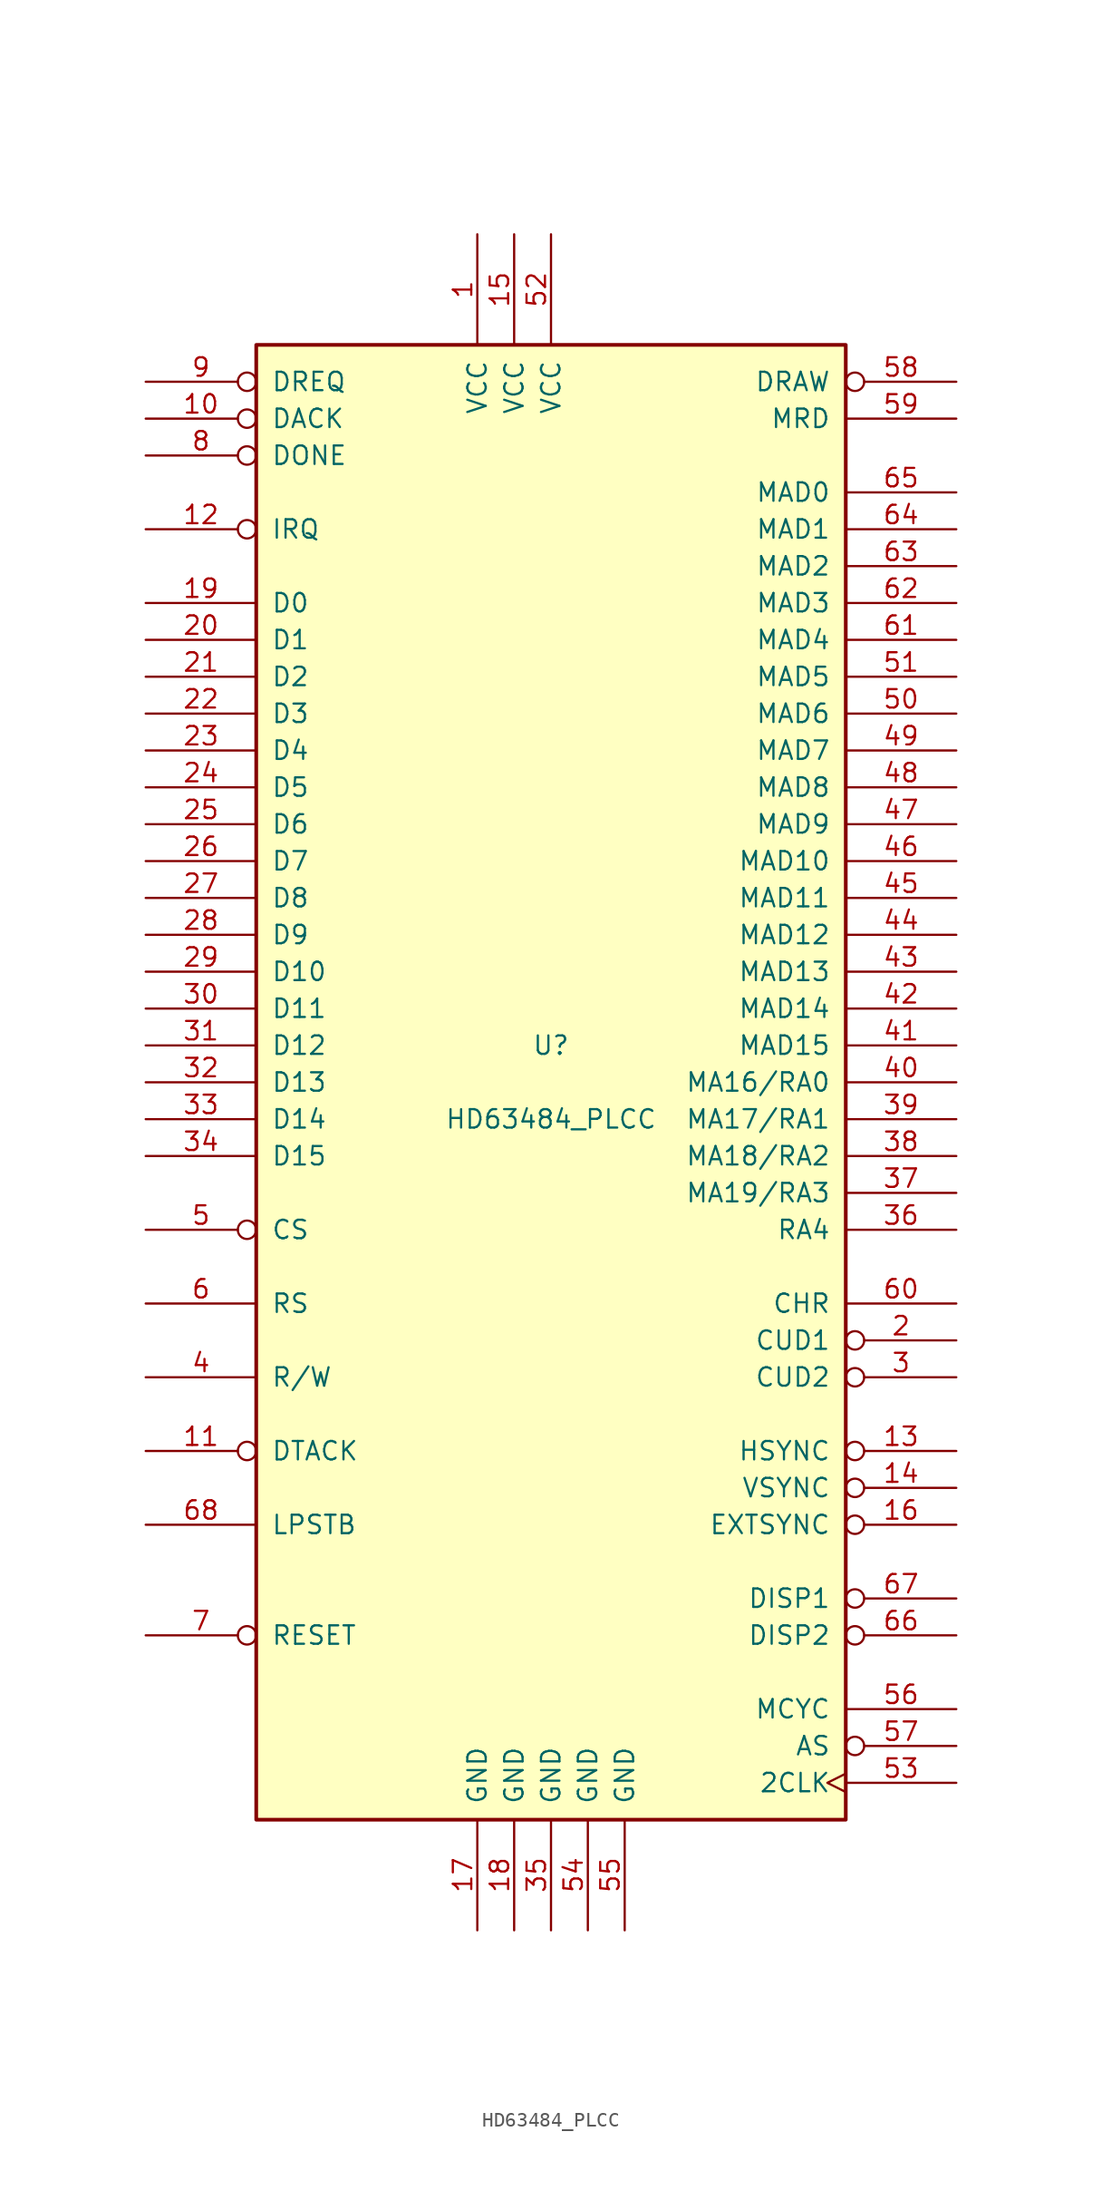
<source format=kicad_sym>
(kicad_symbol_lib
  (version 20201005)
  (generator kicad_symbol_editor)
  (symbol "HD63484_PLCC"
    (pin_names
      (offset 1.016))
    (property "Reference" "U"
      (at 0 2.54 0)
      (effects (font (size 1.27 1.27))))
    (property "Value" "HD63484_PLCC"
      (at 0 -2.54 0)
      (effects (font (size 1.27 1.27))))
    (symbol "HD63484_PLCC_0_1"
      (rectangle (start -20.32 -50.8) (end 20.32 50.8) (stroke (width 0.254)) (fill (type background))))
    (symbol "HD63484_PLCC_1_1"
      (pin input line (at -5.08 58.42 270) (length 7.62) (name "VCC" (effects (font (size 1.27 1.27)))) (number "1" (effects (font (size 1.27 1.27)))))
      (pin input inverted (at -27.94 45.72 0) (length 7.62) (name "DACK" (effects (font (size 1.27 1.27)))) (number "10" (effects (font (size 1.27 1.27)))))
      (pin output inverted (at -27.94 -25.4 0) (length 7.62) (name "DTACK" (effects (font (size 1.27 1.27)))) (number "11" (effects (font (size 1.27 1.27)))))
      (pin output inverted (at -27.94 38.1 0) (length 7.62) (name "IRQ" (effects (font (size 1.27 1.27)))) (number "12" (effects (font (size 1.27 1.27)))))
      (pin output inverted (at 27.94 -25.4 180) (length 7.62) (name "HSYNC" (effects (font (size 1.27 1.27)))) (number "13" (effects (font (size 1.27 1.27)))))
      (pin output inverted (at 27.94 -27.94 180) (length 7.62) (name "VSYNC" (effects (font (size 1.27 1.27)))) (number "14" (effects (font (size 1.27 1.27)))))
      (pin input line (at -2.54 58.42 270) (length 7.62) (name "VCC" (effects (font (size 1.27 1.27)))) (number "15" (effects (font (size 1.27 1.27)))))
      (pin input inverted (at 27.94 -30.48 180) (length 7.62) (name "EXTSYNC" (effects (font (size 1.27 1.27)))) (number "16" (effects (font (size 1.27 1.27)))))
      (pin input line (at -5.08 -58.42 90) (length 7.62) (name "GND" (effects (font (size 1.27 1.27)))) (number "17" (effects (font (size 1.27 1.27)))))
      (pin input line (at -2.54 -58.42 90) (length 7.62) (name "GND" (effects (font (size 1.27 1.27)))) (number "18" (effects (font (size 1.27 1.27)))))
      (pin tri_state line (at -27.94 33.02 0) (length 7.62) (name "D0" (effects (font (size 1.27 1.27)))) (number "19" (effects (font (size 1.27 1.27)))))
      (pin output inverted (at 27.94 -17.78 180) (length 7.62) (name "CUD1" (effects (font (size 1.27 1.27)))) (number "2" (effects (font (size 1.27 1.27)))))
      (pin tri_state line (at -27.94 30.48 0) (length 7.62) (name "D1" (effects (font (size 1.27 1.27)))) (number "20" (effects (font (size 1.27 1.27)))))
      (pin tri_state line (at -27.94 27.94 0) (length 7.62) (name "D2" (effects (font (size 1.27 1.27)))) (number "21" (effects (font (size 1.27 1.27)))))
      (pin tri_state line (at -27.94 25.4 0) (length 7.62) (name "D3" (effects (font (size 1.27 1.27)))) (number "22" (effects (font (size 1.27 1.27)))))
      (pin tri_state line (at -27.94 22.86 0) (length 7.62) (name "D4" (effects (font (size 1.27 1.27)))) (number "23" (effects (font (size 1.27 1.27)))))
      (pin tri_state line (at -27.94 20.32 0) (length 7.62) (name "D5" (effects (font (size 1.27 1.27)))) (number "24" (effects (font (size 1.27 1.27)))))
      (pin tri_state line (at -27.94 17.78 0) (length 7.62) (name "D6" (effects (font (size 1.27 1.27)))) (number "25" (effects (font (size 1.27 1.27)))))
      (pin tri_state line (at -27.94 15.24 0) (length 7.62) (name "D7" (effects (font (size 1.27 1.27)))) (number "26" (effects (font (size 1.27 1.27)))))
      (pin tri_state line (at -27.94 12.7 0) (length 7.62) (name "D8" (effects (font (size 1.27 1.27)))) (number "27" (effects (font (size 1.27 1.27)))))
      (pin tri_state line (at -27.94 10.16 0) (length 7.62) (name "D9" (effects (font (size 1.27 1.27)))) (number "28" (effects (font (size 1.27 1.27)))))
      (pin tri_state line (at -27.94 7.62 0) (length 7.62) (name "D10" (effects (font (size 1.27 1.27)))) (number "29" (effects (font (size 1.27 1.27)))))
      (pin output inverted (at 27.94 -20.32 180) (length 7.62) (name "CUD2" (effects (font (size 1.27 1.27)))) (number "3" (effects (font (size 1.27 1.27)))))
      (pin tri_state line (at -27.94 5.08 0) (length 7.62) (name "D11" (effects (font (size 1.27 1.27)))) (number "30" (effects (font (size 1.27 1.27)))))
      (pin tri_state line (at -27.94 2.54 0) (length 7.62) (name "D12" (effects (font (size 1.27 1.27)))) (number "31" (effects (font (size 1.27 1.27)))))
      (pin tri_state line (at -27.94 0 0) (length 7.62) (name "D13" (effects (font (size 1.27 1.27)))) (number "32" (effects (font (size 1.27 1.27)))))
      (pin tri_state line (at -27.94 -2.54 0) (length 7.62) (name "D14" (effects (font (size 1.27 1.27)))) (number "33" (effects (font (size 1.27 1.27)))))
      (pin tri_state line (at -27.94 -5.08 0) (length 7.62) (name "D15" (effects (font (size 1.27 1.27)))) (number "34" (effects (font (size 1.27 1.27)))))
      (pin input line (at 0 -58.42 90) (length 7.62) (name "GND" (effects (font (size 1.27 1.27)))) (number "35" (effects (font (size 1.27 1.27)))))
      (pin output line (at 27.94 -10.16 180) (length 7.62) (name "RA4" (effects (font (size 1.27 1.27)))) (number "36" (effects (font (size 1.27 1.27)))))
      (pin output line (at 27.94 -7.62 180) (length 7.62) (name "MA19/RA3" (effects (font (size 1.27 1.27)))) (number "37" (effects (font (size 1.27 1.27)))))
      (pin output line (at 27.94 -5.08 180) (length 7.62) (name "MA18/RA2" (effects (font (size 1.27 1.27)))) (number "38" (effects (font (size 1.27 1.27)))))
      (pin output line (at 27.94 -2.54 180) (length 7.62) (name "MA17/RA1" (effects (font (size 1.27 1.27)))) (number "39" (effects (font (size 1.27 1.27)))))
      (pin input line (at -27.94 -20.32 0) (length 7.62) (name "R/W" (effects (font (size 1.27 1.27)))) (number "4" (effects (font (size 1.27 1.27)))))
      (pin output line (at 27.94 0 180) (length 7.62) (name "MA16/RA0" (effects (font (size 1.27 1.27)))) (number "40" (effects (font (size 1.27 1.27)))))
      (pin tri_state line (at 27.94 2.54 180) (length 7.62) (name "MAD15" (effects (font (size 1.27 1.27)))) (number "41" (effects (font (size 1.27 1.27)))))
      (pin tri_state line (at 27.94 5.08 180) (length 7.62) (name "MAD14" (effects (font (size 1.27 1.27)))) (number "42" (effects (font (size 1.27 1.27)))))
      (pin tri_state line (at 27.94 7.62 180) (length 7.62) (name "MAD13" (effects (font (size 1.27 1.27)))) (number "43" (effects (font (size 1.27 1.27)))))
      (pin tri_state line (at 27.94 10.16 180) (length 7.62) (name "MAD12" (effects (font (size 1.27 1.27)))) (number "44" (effects (font (size 1.27 1.27)))))
      (pin tri_state line (at 27.94 12.7 180) (length 7.62) (name "MAD11" (effects (font (size 1.27 1.27)))) (number "45" (effects (font (size 1.27 1.27)))))
      (pin tri_state line (at 27.94 15.24 180) (length 7.62) (name "MAD10" (effects (font (size 1.27 1.27)))) (number "46" (effects (font (size 1.27 1.27)))))
      (pin tri_state line (at 27.94 17.78 180) (length 7.62) (name "MAD9" (effects (font (size 1.27 1.27)))) (number "47" (effects (font (size 1.27 1.27)))))
      (pin tri_state line (at 27.94 20.32 180) (length 7.62) (name "MAD8" (effects (font (size 1.27 1.27)))) (number "48" (effects (font (size 1.27 1.27)))))
      (pin tri_state line (at 27.94 22.86 180) (length 7.62) (name "MAD7" (effects (font (size 1.27 1.27)))) (number "49" (effects (font (size 1.27 1.27)))))
      (pin input inverted (at -27.94 -10.16 0) (length 7.62) (name "CS" (effects (font (size 1.27 1.27)))) (number "5" (effects (font (size 1.27 1.27)))))
      (pin tri_state line (at 27.94 25.4 180) (length 7.62) (name "MAD6" (effects (font (size 1.27 1.27)))) (number "50" (effects (font (size 1.27 1.27)))))
      (pin tri_state line (at 27.94 27.94 180) (length 7.62) (name "MAD5" (effects (font (size 1.27 1.27)))) (number "51" (effects (font (size 1.27 1.27)))))
      (pin input line (at 0 58.42 270) (length 7.62) (name "VCC" (effects (font (size 1.27 1.27)))) (number "52" (effects (font (size 1.27 1.27)))))
      (pin input clock (at 27.94 -48.26 180) (length 7.62) (name "2CLK" (effects (font (size 1.27 1.27)))) (number "53" (effects (font (size 1.27 1.27)))))
      (pin input line (at 2.54 -58.42 90) (length 7.62) (name "GND" (effects (font (size 1.27 1.27)))) (number "54" (effects (font (size 1.27 1.27)))))
      (pin input line (at 5.08 -58.42 90) (length 7.62) (name "GND" (effects (font (size 1.27 1.27)))) (number "55" (effects (font (size 1.27 1.27)))))
      (pin output line (at 27.94 -43.18 180) (length 7.62) (name "MCYC" (effects (font (size 1.27 1.27)))) (number "56" (effects (font (size 1.27 1.27)))))
      (pin output inverted (at 27.94 -45.72 180) (length 7.62) (name "AS" (effects (font (size 1.27 1.27)))) (number "57" (effects (font (size 1.27 1.27)))))
      (pin output inverted (at 27.94 48.26 180) (length 7.62) (name "DRAW" (effects (font (size 1.27 1.27)))) (number "58" (effects (font (size 1.27 1.27)))))
      (pin output line (at 27.94 45.72 180) (length 7.62) (name "MRD" (effects (font (size 1.27 1.27)))) (number "59" (effects (font (size 1.27 1.27)))))
      (pin input line (at -27.94 -15.24 0) (length 7.62) (name "RS" (effects (font (size 1.27 1.27)))) (number "6" (effects (font (size 1.27 1.27)))))
      (pin output line (at 27.94 -15.24 180) (length 7.62) (name "CHR" (effects (font (size 1.27 1.27)))) (number "60" (effects (font (size 1.27 1.27)))))
      (pin tri_state line (at 27.94 30.48 180) (length 7.62) (name "MAD4" (effects (font (size 1.27 1.27)))) (number "61" (effects (font (size 1.27 1.27)))))
      (pin tri_state line (at 27.94 33.02 180) (length 7.62) (name "MAD3" (effects (font (size 1.27 1.27)))) (number "62" (effects (font (size 1.27 1.27)))))
      (pin tri_state line (at 27.94 35.56 180) (length 7.62) (name "MAD2" (effects (font (size 1.27 1.27)))) (number "63" (effects (font (size 1.27 1.27)))))
      (pin tri_state line (at 27.94 38.1 180) (length 7.62) (name "MAD1" (effects (font (size 1.27 1.27)))) (number "64" (effects (font (size 1.27 1.27)))))
      (pin tri_state line (at 27.94 40.64 180) (length 7.62) (name "MAD0" (effects (font (size 1.27 1.27)))) (number "65" (effects (font (size 1.27 1.27)))))
      (pin output inverted (at 27.94 -38.1 180) (length 7.62) (name "DISP2" (effects (font (size 1.27 1.27)))) (number "66" (effects (font (size 1.27 1.27)))))
      (pin output inverted (at 27.94 -35.56 180) (length 7.62) (name "DISP1" (effects (font (size 1.27 1.27)))) (number "67" (effects (font (size 1.27 1.27)))))
      (pin input line (at -27.94 -30.48 0) (length 7.62) (name "LPSTB" (effects (font (size 1.27 1.27)))) (number "68" (effects (font (size 1.27 1.27)))))
      (pin input inverted (at -27.94 -38.1 0) (length 7.62) (name "RESET" (effects (font (size 1.27 1.27)))) (number "7" (effects (font (size 1.27 1.27)))))
      (pin input inverted (at -27.94 43.18 0) (length 7.62) (name "DONE" (effects (font (size 1.27 1.27)))) (number "8" (effects (font (size 1.27 1.27)))))
      (pin output inverted (at -27.94 48.26 0) (length 7.62) (name "DREQ" (effects (font (size 1.27 1.27)))) (number "9" (effects (font (size 1.27 1.27))))))))
</source>
